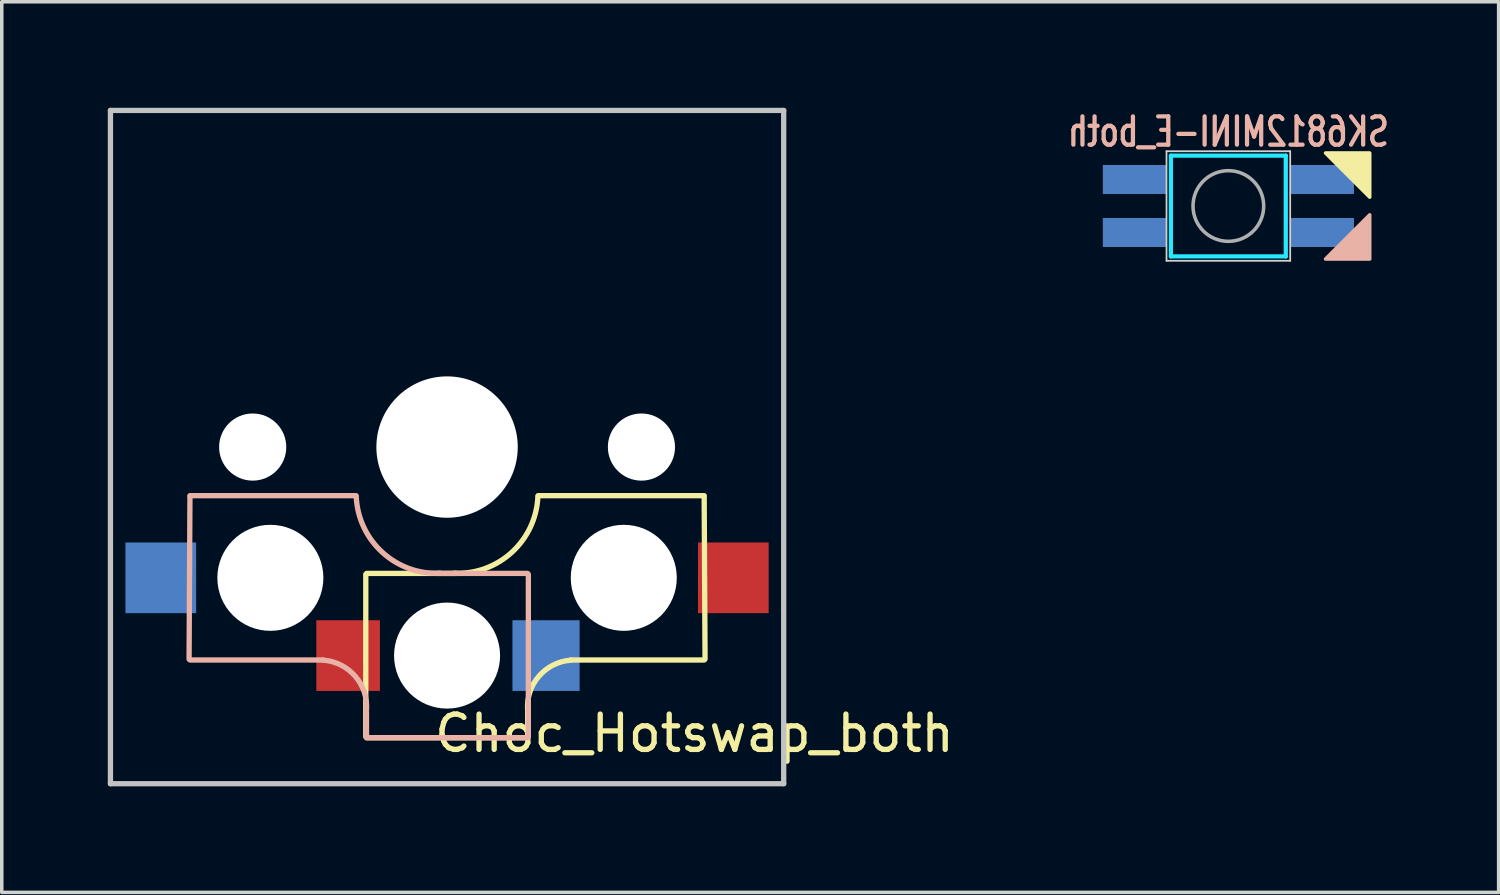
<source format=kicad_pcb>
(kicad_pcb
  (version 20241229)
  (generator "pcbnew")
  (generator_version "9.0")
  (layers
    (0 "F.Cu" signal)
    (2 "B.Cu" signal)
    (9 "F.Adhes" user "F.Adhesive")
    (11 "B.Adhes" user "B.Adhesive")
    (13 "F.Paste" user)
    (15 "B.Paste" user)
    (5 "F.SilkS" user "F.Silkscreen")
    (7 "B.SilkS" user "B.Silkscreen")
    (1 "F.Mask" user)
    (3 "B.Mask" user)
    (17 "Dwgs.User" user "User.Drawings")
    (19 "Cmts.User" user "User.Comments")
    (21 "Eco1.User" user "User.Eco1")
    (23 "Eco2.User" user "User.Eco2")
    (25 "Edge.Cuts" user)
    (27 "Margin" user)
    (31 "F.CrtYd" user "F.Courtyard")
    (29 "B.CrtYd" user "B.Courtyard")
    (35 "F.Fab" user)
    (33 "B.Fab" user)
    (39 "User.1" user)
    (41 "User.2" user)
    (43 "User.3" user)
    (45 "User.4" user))
  (footprint "Choc_Hotswap_both"
    (layer "F.Cu")
    (at 9.6 9.6)
    (property "Reference" "Choc_Hotswap_both" (at 7 8.1 0) (layer "F.SilkS") (effects (font (size 1 1) (thickness 0.15))))
    (attr through_hole)
    (fp_line (start -2.3 3.6) (end -2.3 8.2) (stroke (width 0.15) (type solid)) (layer "F.SilkS"))
    (fp_line (start -2.275 3.575) (end 0.275 3.575) (stroke (width 0.15) (type solid)) (layer "F.SilkS"))
    (fp_line (start -2.275 8.225) (end 2.275 8.225) (stroke (width 0.15) (type solid)) (layer "F.SilkS"))
    (fp_line (start 2.28 7.5) (end 2.28 8.2) (stroke (width 0.15) (type solid)) (layer "F.SilkS"))
    (fp_line (start 2.575 1.375) (end 7.275 1.375) (stroke (width 0.15) (type solid)) (layer "F.SilkS"))
    (fp_line (start 3.5 6.025) (end 7.275 6.025) (stroke (width 0.15) (type solid)) (layer "F.SilkS"))
    (fp_line (start 7.275 1.4) (end 7.3 6) (stroke (width 0.15) (type solid)) (layer "F.SilkS"))
    (fp_arc (start 2.28 7.45) (mid 2.595908 6.48733) (end 3.5 6.03) (stroke (width 0.15) (type solid)) (layer "F.SilkS"))
    (fp_arc (start 2.57 1.4) (mid 1.834422 2.975843) (end 0.2 3.57) (stroke (width 0.15) (type solid)) (layer "F.SilkS"))
    (fp_line (start -7.275 1.4) (end -7.3 6) (stroke (width 0.15) (type solid)) (layer "B.SilkS"))
    (fp_line (start -3.5 6.025) (end -7.275 6.025) (stroke (width 0.15) (type solid)) (layer "B.SilkS"))
    (fp_line (start -2.575 1.375) (end -7.275 1.375) (stroke (width 0.15) (type solid)) (layer "B.SilkS"))
    (fp_line (start -2.28 7.5) (end -2.28 8.2) (stroke (width 0.15) (type solid)) (layer "B.SilkS"))
    (fp_line (start 2.275 3.575) (end -0.275 3.575) (stroke (width 0.15) (type solid)) (layer "B.SilkS"))
    (fp_line (start 2.275 8.225) (end -2.275 8.225) (stroke (width 0.15) (type solid)) (layer "B.SilkS"))
    (fp_line (start 2.3 3.6) (end 2.3 8.2) (stroke (width 0.15) (type solid)) (layer "B.SilkS"))
    (fp_arc (start -3.5 6.03) (mid -2.595908 6.48733) (end -2.28 7.45) (stroke (width 0.15) (type solid)) (layer "B.SilkS"))
    (fp_arc (start -0.2 3.57) (mid -1.834422 2.975843) (end -2.57 1.4) (stroke (width 0.15) (type solid)) (layer "B.SilkS"))
    (fp_line (start -9.525 -9.525) (end 9.525 -9.525) (stroke (width 0.15) (type solid)) (layer "Dwgs.User"))
    (fp_line (start -9.525 9.525) (end -9.525 -9.525) (stroke (width 0.15) (type solid)) (layer "Dwgs.User"))
    (fp_line (start 9.525 -9.525) (end 9.525 9.525) (stroke (width 0.15) (type solid)) (layer "Dwgs.User"))
    (fp_line (start 9.525 9.525) (end -9.525 9.525) (stroke (width 0.15) (type solid)) (layer "Dwgs.User"))
    (fp_line (start 0 0) (end 0 -5) (stroke (width 0.05) (type solid)) (layer "Eco1.User"))
    (pad "" np_thru_hole circle (at -5.5 0 90) (size 1.9 1.9) (drill 1.9) (layers "*.Cu" "*.Mask"))
    (pad "" np_thru_hole circle (at -5 3.7 90) (size 3 3) (drill 3) (layers "*.Cu" "*.Mask"))
    (pad "" np_thru_hole circle (at 0 0 90) (size 4 4) (drill 4) (layers "*.Cu" "*.Mask"))
    (pad "" np_thru_hole circle (at 0 5.9 90) (size 3 3) (drill 3) (layers "*.Cu" "*.Mask"))
    (pad "" np_thru_hole circle (at 5 3.7 270) (size 3 3) (drill 3) (layers "*.Cu" "*.Mask"))
    (pad "" np_thru_hole circle (at 5.5 0 90) (size 1.9 1.9) (drill 1.9) (layers "*.Cu" "*.Mask"))
    (pad "1" smd rect (at -8.1 3.7 180) (size 2 2) (layers "B.Cu" "B.Mask" "B.Paste"))
    (pad "1" smd rect (at 8.1 3.7 180) (size 2 2) (layers "F.Cu" "F.Mask" "F.Paste"))
    (pad "2" smd rect (at -2.8 5.9 180) (size 1.8 2) (layers "F.Cu" "F.Mask" "F.Paste"))
    (pad "2" smd rect (at 2.8 5.9 180) (size 1.9 2) (layers "B.Cu" "B.Mask" "B.Paste")))
  (footprint "SK6812MINI-E_both"
    (layer "F.Cu")
    (at 31.707 2.779)
    (property "Reference" "SK6812MINI-E_both" (at 0 -2.1 0) (unlocked yes) (layer "B.SilkS") (effects (font (size 0.8 0.6) (thickness 0.12)) (justify mirror)))
    (attr through_hole)
    (fp_poly (pts (xy 4 -0.25) (xy 4 -1.5) (xy 2.75 -1.5)) (stroke (width 0.1) (type solid)) (fill yes) (layer "F.SilkS"))
    (fp_poly (pts (xy 4 0.25) (xy 4 1.5) (xy 2.75 1.5)) (stroke (width 0.1) (type solid)) (fill yes) (layer "B.SilkS"))
    (fp_line (start -1.75 -1.55) (end -1.75 1.55) (stroke (width 0.05) (type solid)) (layer "Edge.Cuts"))
    (fp_line (start -1.75 1.55) (end 1.75 1.55) (stroke (width 0.05) (type solid)) (layer "Edge.Cuts"))
    (fp_line (start 1.75 -1.55) (end -1.75 -1.55) (stroke (width 0.05) (type solid)) (layer "Edge.Cuts"))
    (fp_line (start 1.75 1.55) (end 1.75 -1.55) (stroke (width 0.05) (type solid)) (layer "Edge.Cuts"))
    (fp_line (start -1.625 -1.425) (end -1.625 1.425) (stroke (width 0.12) (type solid)) (layer "B.CrtYd"))
    (fp_line (start -1.625 1.425) (end 1.625 1.425) (stroke (width 0.12) (type solid)) (layer "B.CrtYd"))
    (fp_line (start 1.625 -1.425) (end -1.625 -1.425) (stroke (width 0.12) (type solid)) (layer "B.CrtYd"))
    (fp_line (start 1.625 1.425) (end 1.625 -1.425) (stroke (width 0.12) (type solid)) (layer "B.CrtYd"))
    (fp_circle (center 0 0) (end 0 -1) (stroke (width 0.1) (type solid)) (fill no) (layer "F.Fab"))
    (pad "1" smd rect (at -2.65 -0.75) (size 1.8 0.82) (layers "B.Cu" "B.Mask" "B.Paste"))
    (pad "1" smd rect (at -2.65 0.75 180) (size 1.8 0.82) (layers "F.Cu" "F.Mask" "F.Paste"))
    (pad "2" smd rect (at -2.65 -0.75 180) (size 1.8 0.82) (layers "F.Cu" "F.Mask" "F.Paste"))
    (pad "2" smd rect (at -2.65 0.75) (size 1.8 0.82) (layers "B.Cu" "B.Mask" "B.Paste"))
    (pad "3" smd rect (at 2.65 -0.75 180) (size 1.8 0.82) (layers "F.Cu" "F.Mask" "F.Paste"))
    (pad "3" smd rect (at 2.65 0.75) (size 1.8 0.82) (layers "B.Cu" "B.Mask" "B.Paste"))
    (pad "4" smd rect (at 2.65 -0.75) (size 1.8 0.82) (layers "B.Cu" "B.Mask" "B.Paste"))
    (pad "4" smd rect (at 2.65 0.75 180) (size 1.8 0.82) (layers "F.Cu" "F.Mask" "F.Paste")))
  (gr_rect
    (start -3 -3)
    (end 39.355 22.2)
    (stroke (width 0.1) (type default))
    (fill no)
    (layer "Edge.Cuts")))
</source>
